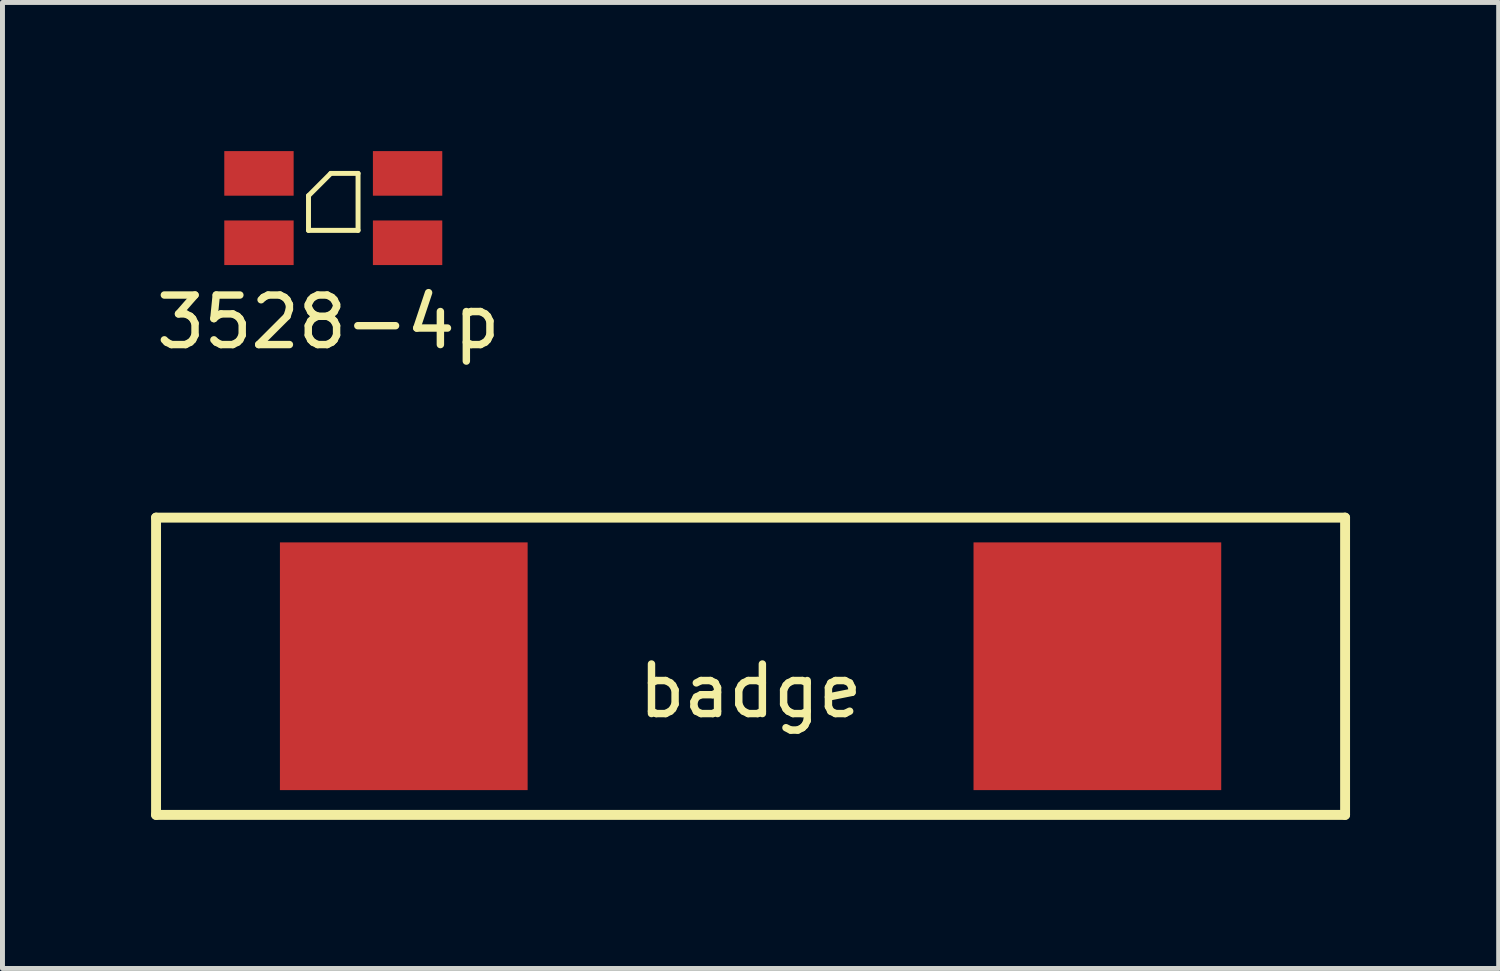
<source format=kicad_pcb>
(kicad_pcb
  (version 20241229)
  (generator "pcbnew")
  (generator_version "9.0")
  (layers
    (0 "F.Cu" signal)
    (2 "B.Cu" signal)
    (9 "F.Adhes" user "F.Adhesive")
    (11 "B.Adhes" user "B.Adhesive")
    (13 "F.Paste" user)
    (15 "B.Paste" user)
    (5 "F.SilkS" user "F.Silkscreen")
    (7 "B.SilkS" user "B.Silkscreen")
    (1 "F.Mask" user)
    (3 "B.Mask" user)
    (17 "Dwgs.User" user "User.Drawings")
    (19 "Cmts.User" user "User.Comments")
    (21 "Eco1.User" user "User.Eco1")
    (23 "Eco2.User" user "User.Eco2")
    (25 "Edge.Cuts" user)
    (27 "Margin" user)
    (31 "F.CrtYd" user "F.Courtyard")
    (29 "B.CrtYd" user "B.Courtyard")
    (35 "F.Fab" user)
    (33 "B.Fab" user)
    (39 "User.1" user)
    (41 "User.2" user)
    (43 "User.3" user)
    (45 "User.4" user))
  (footprint "3528-4p"
    (layer "F.Cu")
    (at 3.677 1.15)
    (property "Reference" "3528-4p" (at -0.1 2.3 0) (layer "F.SilkS") (effects (font (size 1 1) (thickness 0.15))))
    (attr smd)
    (fp_line (start -0.5 0.45) (end -0.5 -0.25) (stroke (width 0.1) (type solid)) (layer "F.SilkS"))
    (fp_line (start -0.05 -0.7) (end -0.5 -0.25) (stroke (width 0.1) (type solid)) (layer "F.SilkS"))
    (fp_line (start 0.5 -0.7) (end -0.05 -0.7) (stroke (width 0.1) (type solid)) (layer "F.SilkS"))
    (fp_line (start 0.5 0.45) (end -0.5 0.45) (stroke (width 0.1) (type solid)) (layer "F.SilkS"))
    (fp_line (start 0.5 0.45) (end 0.5 -0.7) (stroke (width 0.1) (type solid)) (layer "F.SilkS"))
    (pad "1" smd rect (at 1.5 -0.7) (size 1.4 0.9) (layers "F.Cu" "F.Mask" "F.Paste"))
    (pad "4" smd rect (at 1.5 0.7) (size 1.4 0.9) (layers "F.Cu" "F.Mask" "F.Paste"))
    (pad "5" smd rect (at -1.5 -0.7) (size 1.4 0.9) (layers "F.Cu" "F.Mask" "F.Paste"))
    (pad "6" smd rect (at -1.5 0.7) (size 1.4 0.9) (layers "F.Cu" "F.Mask" "F.Paste")))
  (footprint "badge"
    (layer "F.Cu")
    (at 12.1 10.398)
    (property "Reference" "badge" (at 0 0.5 0) (layer "F.SilkS") (effects (font (size 1 1) (thickness 0.15))))
    (attr through_hole)
    (fp_line (start -12 -3) (end 12 -3) (stroke (width 0.2) (type solid)) (layer "F.SilkS"))
    (fp_line (start -12 3) (end -12 -3) (stroke (width 0.2) (type solid)) (layer "F.SilkS"))
    (fp_line (start 12 -3) (end 12 3) (stroke (width 0.2) (type solid)) (layer "F.SilkS"))
    (fp_line (start 12 3) (end -12 3) (stroke (width 0.2) (type solid)) (layer "F.SilkS"))
    (pad "1" smd rect (at -7 0) (size 5 5) (layers "F.Cu" "F.Mask" "F.Paste"))
    (pad "1" smd rect (at 7 0) (size 5 5) (layers "F.Cu" "F.Mask" "F.Paste")))
  (gr_rect
    (start -3 -3)
    (end 27.2 16.498)
    (stroke (width 0.1) (type default))
    (fill no)
    (layer "Edge.Cuts")))
</source>
